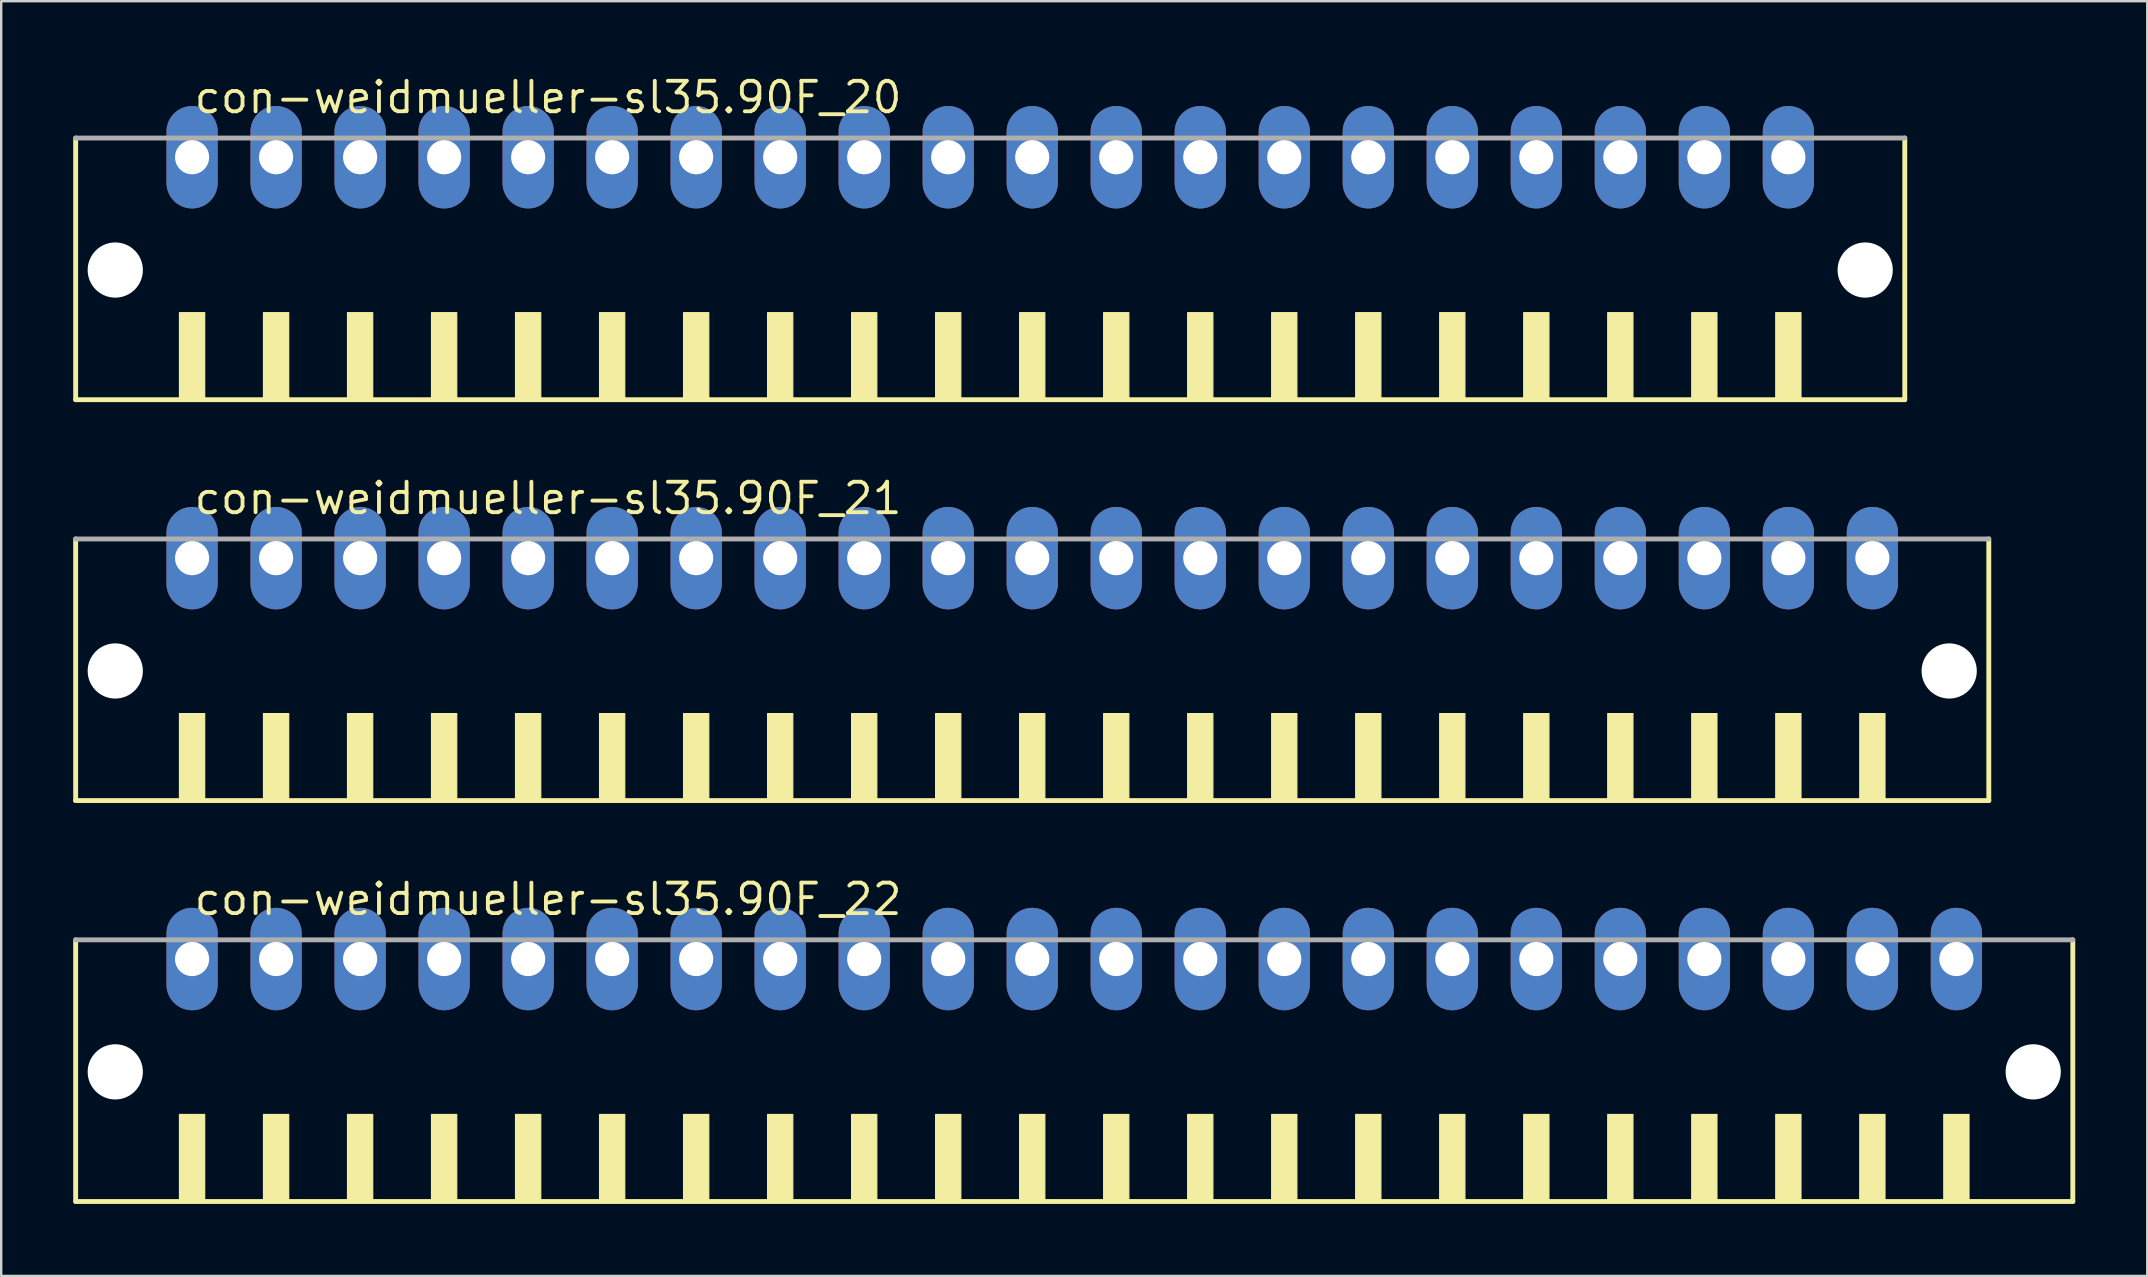
<source format=kicad_pcb>
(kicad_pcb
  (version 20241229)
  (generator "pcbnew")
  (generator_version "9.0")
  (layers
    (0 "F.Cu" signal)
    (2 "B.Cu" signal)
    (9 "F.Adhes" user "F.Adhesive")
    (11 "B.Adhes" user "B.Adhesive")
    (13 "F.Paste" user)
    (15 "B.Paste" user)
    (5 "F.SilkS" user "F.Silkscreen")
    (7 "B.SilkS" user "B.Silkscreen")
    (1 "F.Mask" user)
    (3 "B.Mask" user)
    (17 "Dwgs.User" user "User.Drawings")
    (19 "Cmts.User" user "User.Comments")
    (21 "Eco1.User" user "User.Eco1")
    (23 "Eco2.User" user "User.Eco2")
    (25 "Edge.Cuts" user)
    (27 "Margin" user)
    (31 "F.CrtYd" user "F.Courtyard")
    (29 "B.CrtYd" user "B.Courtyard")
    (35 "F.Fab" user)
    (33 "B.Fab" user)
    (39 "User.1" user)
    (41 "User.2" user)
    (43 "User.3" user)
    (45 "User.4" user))
  (footprint "con-weidmueller-sl35.90F_22"
    (layer "F.Cu")
    (at 41.702 42.153)
    (property "Reference" "con-weidmueller-sl35.90F_22" (at -36.75 -7 0) (layer "F.SilkS") (effects (font (size 1.27 1.27) (thickness 0.16)) (justify left bottom)))
    (attr through_hole)
    (fp_line (start -41.6 -6.05) (end -41.6 4.85) (stroke (width 0.203) (type default)) (layer "F.SilkS"))
    (fp_line (start -41.6 4.85) (end 41.6 4.85) (stroke (width 0.203) (type default)) (layer "F.SilkS"))
    (fp_line (start 41.6 4.85) (end 41.6 -6.05) (stroke (width 0.203) (type default)) (layer "F.SilkS"))
    (fp_rect (start -37.275 4.9) (end -36.225 1.225) (stroke (width 0.05) (type default)) (fill yes) (layer "F.SilkS"))
    (fp_rect (start -33.775 4.9) (end -32.725 1.225) (stroke (width 0.05) (type default)) (fill yes) (layer "F.SilkS"))
    (fp_rect (start -30.275 4.9) (end -29.225 1.225) (stroke (width 0.05) (type default)) (fill yes) (layer "F.SilkS"))
    (fp_rect (start -26.775 4.9) (end -25.725 1.225) (stroke (width 0.05) (type default)) (fill yes) (layer "F.SilkS"))
    (fp_rect (start -23.275 4.9) (end -22.225 1.225) (stroke (width 0.05) (type default)) (fill yes) (layer "F.SilkS"))
    (fp_rect (start -19.775 4.9) (end -18.725 1.225) (stroke (width 0.05) (type default)) (fill yes) (layer "F.SilkS"))
    (fp_rect (start -16.275 4.9) (end -15.225 1.225) (stroke (width 0.05) (type default)) (fill yes) (layer "F.SilkS"))
    (fp_rect (start -12.775 4.9) (end -11.725 1.225) (stroke (width 0.05) (type default)) (fill yes) (layer "F.SilkS"))
    (fp_rect (start -9.275 4.9) (end -8.225 1.225) (stroke (width 0.05) (type default)) (fill yes) (layer "F.SilkS"))
    (fp_rect (start -5.775 4.9) (end -4.725 1.225) (stroke (width 0.05) (type default)) (fill yes) (layer "F.SilkS"))
    (fp_rect (start -2.275 4.9) (end -1.225 1.225) (stroke (width 0.05) (type default)) (fill yes) (layer "F.SilkS"))
    (fp_rect (start 1.225 4.9) (end 2.275 1.225) (stroke (width 0.05) (type default)) (fill yes) (layer "F.SilkS"))
    (fp_rect (start 4.725 4.9) (end 5.775 1.225) (stroke (width 0.05) (type default)) (fill yes) (layer "F.SilkS"))
    (fp_rect (start 8.225 4.9) (end 9.275 1.225) (stroke (width 0.05) (type default)) (fill yes) (layer "F.SilkS"))
    (fp_rect (start 11.725 4.9) (end 12.775 1.225) (stroke (width 0.05) (type default)) (fill yes) (layer "F.SilkS"))
    (fp_rect (start 15.225 4.9) (end 16.275 1.225) (stroke (width 0.05) (type default)) (fill yes) (layer "F.SilkS"))
    (fp_rect (start 18.725 4.9) (end 19.775 1.225) (stroke (width 0.05) (type default)) (fill yes) (layer "F.SilkS"))
    (fp_rect (start 22.225 4.9) (end 23.275 1.225) (stroke (width 0.05) (type default)) (fill yes) (layer "F.SilkS"))
    (fp_rect (start 25.725 4.9) (end 26.775 1.225) (stroke (width 0.05) (type default)) (fill yes) (layer "F.SilkS"))
    (fp_rect (start 29.225 4.9) (end 30.275 1.225) (stroke (width 0.05) (type default)) (fill yes) (layer "F.SilkS"))
    (fp_rect (start 32.725 4.9) (end 33.775 1.225) (stroke (width 0.05) (type default)) (fill yes) (layer "F.SilkS"))
    (fp_rect (start 36.225 4.9) (end 37.275 1.225) (stroke (width 0.05) (type default)) (fill yes) (layer "F.SilkS"))
    (fp_line (start 41.6 -6.05) (end -41.6 -6.05) (stroke (width 0.203) (type default)) (layer "F.Fab"))
    (pad "" np_thru_hole circle (at -39.95 -0.55) (size 2.3 2.3) (drill 2.3) (layers "*.Cu" "*.Mask"))
    (pad "" np_thru_hole circle (at 39.95 -0.55) (size 2.3 2.3) (drill 2.3) (layers "*.Cu" "*.Mask"))
    (pad "1" thru_hole oval (at -36.75 -5.25 90) (size 4.267 2.134) (drill 1.422) (layers "*.Cu" "*.Mask"))
    (pad "2" thru_hole oval (at -33.25 -5.25 90) (size 4.267 2.134) (drill 1.422) (layers "*.Cu" "*.Mask"))
    (pad "3" thru_hole oval (at -29.75 -5.25 90) (size 4.267 2.134) (drill 1.422) (layers "*.Cu" "*.Mask"))
    (pad "4" thru_hole oval (at -26.25 -5.25 90) (size 4.267 2.134) (drill 1.422) (layers "*.Cu" "*.Mask"))
    (pad "5" thru_hole oval (at -22.75 -5.25 90) (size 4.267 2.134) (drill 1.422) (layers "*.Cu" "*.Mask"))
    (pad "6" thru_hole oval (at -19.25 -5.25 90) (size 4.267 2.134) (drill 1.422) (layers "*.Cu" "*.Mask"))
    (pad "7" thru_hole oval (at -15.75 -5.25 90) (size 4.267 2.134) (drill 1.422) (layers "*.Cu" "*.Mask"))
    (pad "8" thru_hole oval (at -12.25 -5.25 90) (size 4.267 2.134) (drill 1.422) (layers "*.Cu" "*.Mask"))
    (pad "9" thru_hole oval (at -8.75 -5.25 90) (size 4.267 2.134) (drill 1.422) (layers "*.Cu" "*.Mask"))
    (pad "10" thru_hole oval (at -5.25 -5.25 90) (size 4.267 2.134) (drill 1.422) (layers "*.Cu" "*.Mask"))
    (pad "11" thru_hole oval (at -1.75 -5.25 90) (size 4.267 2.134) (drill 1.422) (layers "*.Cu" "*.Mask"))
    (pad "12" thru_hole oval (at 1.75 -5.25 90) (size 4.267 2.134) (drill 1.422) (layers "*.Cu" "*.Mask"))
    (pad "13" thru_hole oval (at 5.25 -5.25 90) (size 4.267 2.134) (drill 1.422) (layers "*.Cu" "*.Mask"))
    (pad "14" thru_hole oval (at 8.75 -5.25 90) (size 4.267 2.134) (drill 1.422) (layers "*.Cu" "*.Mask"))
    (pad "15" thru_hole oval (at 12.25 -5.25 90) (size 4.267 2.134) (drill 1.422) (layers "*.Cu" "*.Mask"))
    (pad "16" thru_hole oval (at 15.75 -5.25 90) (size 4.267 2.134) (drill 1.422) (layers "*.Cu" "*.Mask"))
    (pad "17" thru_hole oval (at 19.25 -5.25 90) (size 4.267 2.134) (drill 1.422) (layers "*.Cu" "*.Mask"))
    (pad "18" thru_hole oval (at 22.75 -5.25 90) (size 4.267 2.134) (drill 1.422) (layers "*.Cu" "*.Mask"))
    (pad "19" thru_hole oval (at 26.25 -5.25 90) (size 4.267 2.134) (drill 1.422) (layers "*.Cu" "*.Mask"))
    (pad "20" thru_hole oval (at 29.75 -5.25 90) (size 4.267 2.134) (drill 1.422) (layers "*.Cu" "*.Mask"))
    (pad "21" thru_hole oval (at 33.25 -5.25 90) (size 4.267 2.134) (drill 1.422) (layers "*.Cu" "*.Mask"))
    (pad "22" thru_hole oval (at 36.75 -5.25 90) (size 4.267 2.134) (drill 1.422) (layers "*.Cu" "*.Mask")))
  (footprint "con-weidmueller-sl35.90F_20"
    (layer "F.Cu")
    (at 38.202 8.75)
    (property "Reference" "con-weidmueller-sl35.90F_20" (at -33.25 -7 0) (layer "F.SilkS") (effects (font (size 1.27 1.27) (thickness 0.16)) (justify left bottom)))
    (attr through_hole)
    (fp_line (start -38.1 -6.05) (end -38.1 4.85) (stroke (width 0.203) (type default)) (layer "F.SilkS"))
    (fp_line (start -38.1 4.85) (end 38.1 4.85) (stroke (width 0.203) (type default)) (layer "F.SilkS"))
    (fp_line (start 38.1 4.85) (end 38.1 -6.05) (stroke (width 0.203) (type default)) (layer "F.SilkS"))
    (fp_rect (start -33.775 4.9) (end -32.725 1.225) (stroke (width 0.05) (type default)) (fill yes) (layer "F.SilkS"))
    (fp_rect (start -30.275 4.9) (end -29.225 1.225) (stroke (width 0.05) (type default)) (fill yes) (layer "F.SilkS"))
    (fp_rect (start -26.775 4.9) (end -25.725 1.225) (stroke (width 0.05) (type default)) (fill yes) (layer "F.SilkS"))
    (fp_rect (start -23.275 4.9) (end -22.225 1.225) (stroke (width 0.05) (type default)) (fill yes) (layer "F.SilkS"))
    (fp_rect (start -19.775 4.9) (end -18.725 1.225) (stroke (width 0.05) (type default)) (fill yes) (layer "F.SilkS"))
    (fp_rect (start -16.275 4.9) (end -15.225 1.225) (stroke (width 0.05) (type default)) (fill yes) (layer "F.SilkS"))
    (fp_rect (start -12.775 4.9) (end -11.725 1.225) (stroke (width 0.05) (type default)) (fill yes) (layer "F.SilkS"))
    (fp_rect (start -9.275 4.9) (end -8.225 1.225) (stroke (width 0.05) (type default)) (fill yes) (layer "F.SilkS"))
    (fp_rect (start -5.775 4.9) (end -4.725 1.225) (stroke (width 0.05) (type default)) (fill yes) (layer "F.SilkS"))
    (fp_rect (start -2.275 4.9) (end -1.225 1.225) (stroke (width 0.05) (type default)) (fill yes) (layer "F.SilkS"))
    (fp_rect (start 1.225 4.9) (end 2.275 1.225) (stroke (width 0.05) (type default)) (fill yes) (layer "F.SilkS"))
    (fp_rect (start 4.725 4.9) (end 5.775 1.225) (stroke (width 0.05) (type default)) (fill yes) (layer "F.SilkS"))
    (fp_rect (start 8.225 4.9) (end 9.275 1.225) (stroke (width 0.05) (type default)) (fill yes) (layer "F.SilkS"))
    (fp_rect (start 11.725 4.9) (end 12.775 1.225) (stroke (width 0.05) (type default)) (fill yes) (layer "F.SilkS"))
    (fp_rect (start 15.225 4.9) (end 16.275 1.225) (stroke (width 0.05) (type default)) (fill yes) (layer "F.SilkS"))
    (fp_rect (start 18.725 4.9) (end 19.775 1.225) (stroke (width 0.05) (type default)) (fill yes) (layer "F.SilkS"))
    (fp_rect (start 22.225 4.9) (end 23.275 1.225) (stroke (width 0.05) (type default)) (fill yes) (layer "F.SilkS"))
    (fp_rect (start 25.725 4.9) (end 26.775 1.225) (stroke (width 0.05) (type default)) (fill yes) (layer "F.SilkS"))
    (fp_rect (start 29.225 4.9) (end 30.275 1.225) (stroke (width 0.05) (type default)) (fill yes) (layer "F.SilkS"))
    (fp_rect (start 32.725 4.9) (end 33.775 1.225) (stroke (width 0.05) (type default)) (fill yes) (layer "F.SilkS"))
    (fp_line (start 38.1 -6.05) (end -38.1 -6.05) (stroke (width 0.203) (type default)) (layer "F.Fab"))
    (pad "" np_thru_hole circle (at -36.45 -0.55) (size 2.3 2.3) (drill 2.3) (layers "*.Cu" "*.Mask"))
    (pad "" np_thru_hole circle (at 36.45 -0.55) (size 2.3 2.3) (drill 2.3) (layers "*.Cu" "*.Mask"))
    (pad "1" thru_hole oval (at -33.25 -5.25 90) (size 4.267 2.134) (drill 1.422) (layers "*.Cu" "*.Mask"))
    (pad "2" thru_hole oval (at -29.75 -5.25 90) (size 4.267 2.134) (drill 1.422) (layers "*.Cu" "*.Mask"))
    (pad "3" thru_hole oval (at -26.25 -5.25 90) (size 4.267 2.134) (drill 1.422) (layers "*.Cu" "*.Mask"))
    (pad "4" thru_hole oval (at -22.75 -5.25 90) (size 4.267 2.134) (drill 1.422) (layers "*.Cu" "*.Mask"))
    (pad "5" thru_hole oval (at -19.25 -5.25 90) (size 4.267 2.134) (drill 1.422) (layers "*.Cu" "*.Mask"))
    (pad "6" thru_hole oval (at -15.75 -5.25 90) (size 4.267 2.134) (drill 1.422) (layers "*.Cu" "*.Mask"))
    (pad "7" thru_hole oval (at -12.25 -5.25 90) (size 4.267 2.134) (drill 1.422) (layers "*.Cu" "*.Mask"))
    (pad "8" thru_hole oval (at -8.75 -5.25 90) (size 4.267 2.134) (drill 1.422) (layers "*.Cu" "*.Mask"))
    (pad "9" thru_hole oval (at -5.25 -5.25 90) (size 4.267 2.134) (drill 1.422) (layers "*.Cu" "*.Mask"))
    (pad "10" thru_hole oval (at -1.75 -5.25 90) (size 4.267 2.134) (drill 1.422) (layers "*.Cu" "*.Mask"))
    (pad "11" thru_hole oval (at 1.75 -5.25 90) (size 4.267 2.134) (drill 1.422) (layers "*.Cu" "*.Mask"))
    (pad "12" thru_hole oval (at 5.25 -5.25 90) (size 4.267 2.134) (drill 1.422) (layers "*.Cu" "*.Mask"))
    (pad "13" thru_hole oval (at 8.75 -5.25 90) (size 4.267 2.134) (drill 1.422) (layers "*.Cu" "*.Mask"))
    (pad "14" thru_hole oval (at 12.25 -5.25 90) (size 4.267 2.134) (drill 1.422) (layers "*.Cu" "*.Mask"))
    (pad "15" thru_hole oval (at 15.75 -5.25 90) (size 4.267 2.134) (drill 1.422) (layers "*.Cu" "*.Mask"))
    (pad "16" thru_hole oval (at 19.25 -5.25 90) (size 4.267 2.134) (drill 1.422) (layers "*.Cu" "*.Mask"))
    (pad "17" thru_hole oval (at 22.75 -5.25 90) (size 4.267 2.134) (drill 1.422) (layers "*.Cu" "*.Mask"))
    (pad "18" thru_hole oval (at 26.25 -5.25 90) (size 4.267 2.134) (drill 1.422) (layers "*.Cu" "*.Mask"))
    (pad "19" thru_hole oval (at 29.75 -5.25 90) (size 4.267 2.134) (drill 1.422) (layers "*.Cu" "*.Mask"))
    (pad "20" thru_hole oval (at 33.25 -5.25 90) (size 4.267 2.134) (drill 1.422) (layers "*.Cu" "*.Mask")))
  (footprint "con-weidmueller-sl35.90F_21"
    (layer "F.Cu")
    (at 39.952 25.452)
    (property "Reference" "con-weidmueller-sl35.90F_21" (at -35 -7 0) (layer "F.SilkS") (effects (font (size 1.27 1.27) (thickness 0.16)) (justify left bottom)))
    (attr through_hole)
    (fp_line (start -39.85 -6.05) (end -39.85 4.85) (stroke (width 0.203) (type default)) (layer "F.SilkS"))
    (fp_line (start -39.85 4.85) (end 39.85 4.85) (stroke (width 0.203) (type default)) (layer "F.SilkS"))
    (fp_line (start 39.85 4.85) (end 39.85 -6.05) (stroke (width 0.203) (type default)) (layer "F.SilkS"))
    (fp_rect (start -35.525 4.9) (end -34.475 1.225) (stroke (width 0.05) (type default)) (fill yes) (layer "F.SilkS"))
    (fp_rect (start -32.025 4.9) (end -30.975 1.225) (stroke (width 0.05) (type default)) (fill yes) (layer "F.SilkS"))
    (fp_rect (start -28.525 4.9) (end -27.475 1.225) (stroke (width 0.05) (type default)) (fill yes) (layer "F.SilkS"))
    (fp_rect (start -25.025 4.9) (end -23.975 1.225) (stroke (width 0.05) (type default)) (fill yes) (layer "F.SilkS"))
    (fp_rect (start -21.525 4.9) (end -20.475 1.225) (stroke (width 0.05) (type default)) (fill yes) (layer "F.SilkS"))
    (fp_rect (start -18.025 4.9) (end -16.975 1.225) (stroke (width 0.05) (type default)) (fill yes) (layer "F.SilkS"))
    (fp_rect (start -14.525 4.9) (end -13.475 1.225) (stroke (width 0.05) (type default)) (fill yes) (layer "F.SilkS"))
    (fp_rect (start -11.025 4.9) (end -9.975 1.225) (stroke (width 0.05) (type default)) (fill yes) (layer "F.SilkS"))
    (fp_rect (start -7.525 4.9) (end -6.475 1.225) (stroke (width 0.05) (type default)) (fill yes) (layer "F.SilkS"))
    (fp_rect (start -4.025 4.9) (end -2.975 1.225) (stroke (width 0.05) (type default)) (fill yes) (layer "F.SilkS"))
    (fp_rect (start -0.525 4.9) (end 0.525 1.225) (stroke (width 0.05) (type default)) (fill yes) (layer "F.SilkS"))
    (fp_rect (start 2.975 4.9) (end 4.025 1.225) (stroke (width 0.05) (type default)) (fill yes) (layer "F.SilkS"))
    (fp_rect (start 6.475 4.9) (end 7.525 1.225) (stroke (width 0.05) (type default)) (fill yes) (layer "F.SilkS"))
    (fp_rect (start 9.975 4.9) (end 11.025 1.225) (stroke (width 0.05) (type default)) (fill yes) (layer "F.SilkS"))
    (fp_rect (start 13.475 4.9) (end 14.525 1.225) (stroke (width 0.05) (type default)) (fill yes) (layer "F.SilkS"))
    (fp_rect (start 16.975 4.9) (end 18.025 1.225) (stroke (width 0.05) (type default)) (fill yes) (layer "F.SilkS"))
    (fp_rect (start 20.475 4.9) (end 21.525 1.225) (stroke (width 0.05) (type default)) (fill yes) (layer "F.SilkS"))
    (fp_rect (start 23.975 4.9) (end 25.025 1.225) (stroke (width 0.05) (type default)) (fill yes) (layer "F.SilkS"))
    (fp_rect (start 27.475 4.9) (end 28.525 1.225) (stroke (width 0.05) (type default)) (fill yes) (layer "F.SilkS"))
    (fp_rect (start 30.975 4.9) (end 32.025 1.225) (stroke (width 0.05) (type default)) (fill yes) (layer "F.SilkS"))
    (fp_rect (start 34.475 4.9) (end 35.525 1.225) (stroke (width 0.05) (type default)) (fill yes) (layer "F.SilkS"))
    (fp_line (start 39.85 -6.05) (end -39.85 -6.05) (stroke (width 0.203) (type default)) (layer "F.Fab"))
    (pad "" np_thru_hole circle (at -38.2 -0.55) (size 2.3 2.3) (drill 2.3) (layers "*.Cu" "*.Mask"))
    (pad "" np_thru_hole circle (at 38.2 -0.55) (size 2.3 2.3) (drill 2.3) (layers "*.Cu" "*.Mask"))
    (pad "1" thru_hole oval (at -35 -5.25 90) (size 4.267 2.134) (drill 1.422) (layers "*.Cu" "*.Mask"))
    (pad "2" thru_hole oval (at -31.5 -5.25 90) (size 4.267 2.134) (drill 1.422) (layers "*.Cu" "*.Mask"))
    (pad "3" thru_hole oval (at -28 -5.25 90) (size 4.267 2.134) (drill 1.422) (layers "*.Cu" "*.Mask"))
    (pad "4" thru_hole oval (at -24.5 -5.25 90) (size 4.267 2.134) (drill 1.422) (layers "*.Cu" "*.Mask"))
    (pad "5" thru_hole oval (at -21 -5.25 90) (size 4.267 2.134) (drill 1.422) (layers "*.Cu" "*.Mask"))
    (pad "6" thru_hole oval (at -17.5 -5.25 90) (size 4.267 2.134) (drill 1.422) (layers "*.Cu" "*.Mask"))
    (pad "7" thru_hole oval (at -14 -5.25 90) (size 4.267 2.134) (drill 1.422) (layers "*.Cu" "*.Mask"))
    (pad "8" thru_hole oval (at -10.5 -5.25 90) (size 4.267 2.134) (drill 1.422) (layers "*.Cu" "*.Mask"))
    (pad "9" thru_hole oval (at -7 -5.25 90) (size 4.267 2.134) (drill 1.422) (layers "*.Cu" "*.Mask"))
    (pad "10" thru_hole oval (at -3.5 -5.25 90) (size 4.267 2.134) (drill 1.422) (layers "*.Cu" "*.Mask"))
    (pad "11" thru_hole oval (at 0 -5.25 90) (size 4.267 2.134) (drill 1.422) (layers "*.Cu" "*.Mask"))
    (pad "12" thru_hole oval (at 3.5 -5.25 90) (size 4.267 2.134) (drill 1.422) (layers "*.Cu" "*.Mask"))
    (pad "13" thru_hole oval (at 7 -5.25 90) (size 4.267 2.134) (drill 1.422) (layers "*.Cu" "*.Mask"))
    (pad "14" thru_hole oval (at 10.5 -5.25 90) (size 4.267 2.134) (drill 1.422) (layers "*.Cu" "*.Mask"))
    (pad "15" thru_hole oval (at 14 -5.25 90) (size 4.267 2.134) (drill 1.422) (layers "*.Cu" "*.Mask"))
    (pad "16" thru_hole oval (at 17.5 -5.25 90) (size 4.267 2.134) (drill 1.422) (layers "*.Cu" "*.Mask"))
    (pad "17" thru_hole oval (at 21 -5.25 90) (size 4.267 2.134) (drill 1.422) (layers "*.Cu" "*.Mask"))
    (pad "18" thru_hole oval (at 24.5 -5.25 90) (size 4.267 2.134) (drill 1.422) (layers "*.Cu" "*.Mask"))
    (pad "19" thru_hole oval (at 28 -5.25 90) (size 4.267 2.134) (drill 1.422) (layers "*.Cu" "*.Mask"))
    (pad "20" thru_hole oval (at 31.5 -5.25 90) (size 4.267 2.134) (drill 1.422) (layers "*.Cu" "*.Mask"))
    (pad "21" thru_hole oval (at 35 -5.25 90) (size 4.267 2.134) (drill 1.422) (layers "*.Cu" "*.Mask")))
  (gr_rect
    (start -3 -3)
    (end 86.403 50.105)
    (stroke (width 0.1) (type default))
    (fill no)
    (layer "Edge.Cuts")))
</source>
